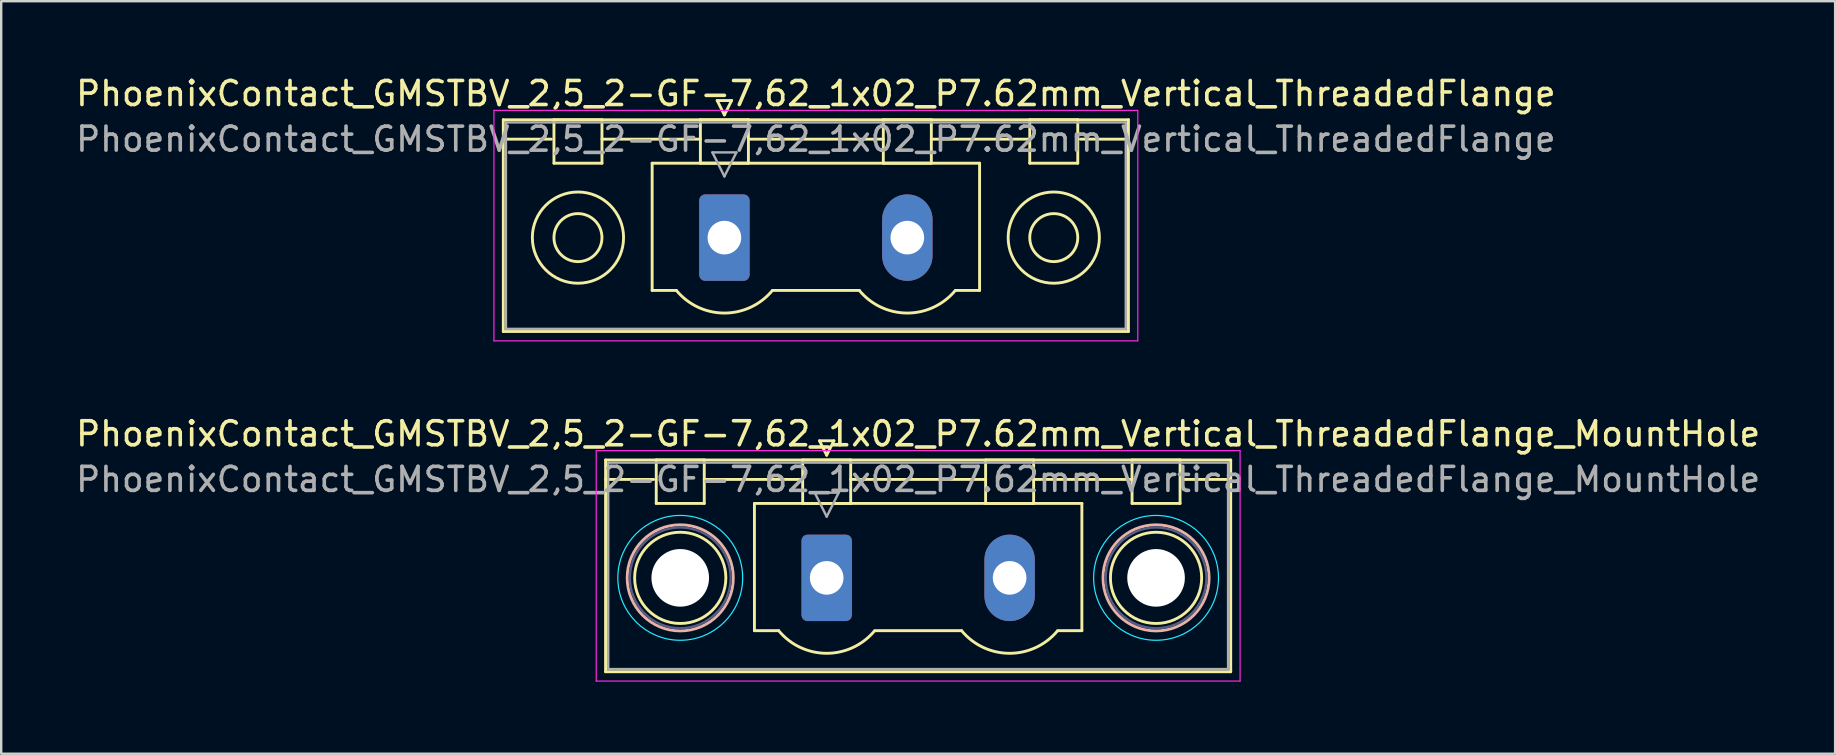
<source format=kicad_pcb>
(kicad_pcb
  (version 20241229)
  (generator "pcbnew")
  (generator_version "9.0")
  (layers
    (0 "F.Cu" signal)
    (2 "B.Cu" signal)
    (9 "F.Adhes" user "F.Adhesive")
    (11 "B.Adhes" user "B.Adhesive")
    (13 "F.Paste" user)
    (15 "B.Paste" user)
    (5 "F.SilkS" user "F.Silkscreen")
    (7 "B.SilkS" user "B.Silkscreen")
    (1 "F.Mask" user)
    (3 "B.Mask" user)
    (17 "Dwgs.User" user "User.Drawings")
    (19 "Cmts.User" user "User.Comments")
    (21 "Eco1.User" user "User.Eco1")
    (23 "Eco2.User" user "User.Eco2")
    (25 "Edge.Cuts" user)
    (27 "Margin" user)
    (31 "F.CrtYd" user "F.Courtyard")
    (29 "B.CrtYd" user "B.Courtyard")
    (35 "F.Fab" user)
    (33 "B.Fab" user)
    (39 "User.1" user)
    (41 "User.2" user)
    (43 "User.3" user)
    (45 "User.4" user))
  (footprint "PhoenixContact_GMSTBV_2,5_2-GF-7,62_1x02_P7.62mm_Vertical_ThreadedFlange"
    (layer "F.Cu")
    (at 27.125 6.848)
    (property "Reference" "PhoenixContact_GMSTBV_2,5_2-GF-7,62_1x02_P7.62mm_Vertical_ThreadedFlange" (at 3.81 -6 0) (layer "F.SilkS") (effects (font (size 1 1) (thickness 0.15))))
    (attr through_hole)
    (fp_line (start -9.21 -4.91) (end -9.21 3.91) (stroke (width 0.12) (type solid)) (layer "F.SilkS"))
    (fp_line (start -9.21 -4.1) (end -7.21 -4.1) (stroke (width 0.12) (type solid)) (layer "F.SilkS"))
    (fp_line (start -9.21 3.91) (end 16.83 3.91) (stroke (width 0.12) (type solid)) (layer "F.SilkS"))
    (fp_line (start -7.1 -4.91) (end -5.1 -4.91) (stroke (width 0.12) (type solid)) (layer "F.SilkS"))
    (fp_line (start -7.1 -3.1) (end -7.1 -4.91) (stroke (width 0.12) (type solid)) (layer "F.SilkS"))
    (fp_line (start -5.1 -4.91) (end -5.1 -3.1) (stroke (width 0.12) (type solid)) (layer "F.SilkS"))
    (fp_line (start -5.1 -4.1) (end -1 -4.1) (stroke (width 0.12) (type solid)) (layer "F.SilkS"))
    (fp_line (start -5.1 -3.1) (end -7.1 -3.1) (stroke (width 0.12) (type solid)) (layer "F.SilkS"))
    (fp_line (start -3.01 -3.1) (end 10.63 -3.1) (stroke (width 0.12) (type solid)) (layer "F.SilkS"))
    (fp_line (start -3.01 2.2) (end -3.01 -3.1) (stroke (width 0.12) (type solid)) (layer "F.SilkS"))
    (fp_line (start -2 2.2) (end -3.01 2.2) (stroke (width 0.12) (type solid)) (layer "F.SilkS"))
    (fp_line (start -1 -4.91) (end 1 -4.91) (stroke (width 0.12) (type solid)) (layer "F.SilkS"))
    (fp_line (start -1 -3.1) (end -1 -4.91) (stroke (width 0.12) (type solid)) (layer "F.SilkS"))
    (fp_line (start -0.3 -5.71) (end 0.3 -5.71) (stroke (width 0.12) (type solid)) (layer "F.SilkS"))
    (fp_line (start 0 -5.11) (end -0.3 -5.71) (stroke (width 0.12) (type solid)) (layer "F.SilkS"))
    (fp_line (start 0.3 -5.71) (end 0 -5.11) (stroke (width 0.12) (type solid)) (layer "F.SilkS"))
    (fp_line (start 1 -4.91) (end 1 -3.1) (stroke (width 0.12) (type solid)) (layer "F.SilkS"))
    (fp_line (start 1 -4.1) (end 6.62 -4.1) (stroke (width 0.12) (type solid)) (layer "F.SilkS"))
    (fp_line (start 1 -3.1) (end -1 -3.1) (stroke (width 0.12) (type solid)) (layer "F.SilkS"))
    (fp_line (start 2 2.2) (end 5.62 2.2) (stroke (width 0.12) (type solid)) (layer "F.SilkS"))
    (fp_line (start 6.62 -4.91) (end 8.62 -4.91) (stroke (width 0.12) (type solid)) (layer "F.SilkS"))
    (fp_line (start 6.62 -3.1) (end 6.62 -4.91) (stroke (width 0.12) (type solid)) (layer "F.SilkS"))
    (fp_line (start 8.62 -4.91) (end 8.62 -3.1) (stroke (width 0.12) (type solid)) (layer "F.SilkS"))
    (fp_line (start 8.62 -4.1) (end 12.72 -4.1) (stroke (width 0.12) (type solid)) (layer "F.SilkS"))
    (fp_line (start 8.62 -3.1) (end 6.62 -3.1) (stroke (width 0.12) (type solid)) (layer "F.SilkS"))
    (fp_line (start 10.63 -3.1) (end 10.63 2.2) (stroke (width 0.12) (type solid)) (layer "F.SilkS"))
    (fp_line (start 10.63 2.2) (end 9.62 2.2) (stroke (width 0.12) (type solid)) (layer "F.SilkS"))
    (fp_line (start 12.72 -4.91) (end 14.72 -4.91) (stroke (width 0.12) (type solid)) (layer "F.SilkS"))
    (fp_line (start 12.72 -3.1) (end 12.72 -4.91) (stroke (width 0.12) (type solid)) (layer "F.SilkS"))
    (fp_line (start 14.72 -4.91) (end 14.72 -3.1) (stroke (width 0.12) (type solid)) (layer "F.SilkS"))
    (fp_line (start 14.72 -3.1) (end 12.72 -3.1) (stroke (width 0.12) (type solid)) (layer "F.SilkS"))
    (fp_line (start 16.83 -4.91) (end -9.21 -4.91) (stroke (width 0.12) (type solid)) (layer "F.SilkS"))
    (fp_line (start 16.83 -4.1) (end 14.83 -4.1) (stroke (width 0.12) (type solid)) (layer "F.SilkS"))
    (fp_line (start 16.83 3.91) (end 16.83 -4.91) (stroke (width 0.12) (type solid)) (layer "F.SilkS"))
    (fp_arc (start 1.986842 2.215821) (mid -0.010289 3.142758) (end -2 2.2) (stroke (width 0.12) (type solid)) (layer "F.SilkS"))
    (fp_arc (start 9.606842 2.215821) (mid 7.609711 3.142758) (end 5.62 2.2) (stroke (width 0.12) (type solid)) (layer "F.SilkS"))
    (fp_circle (center -6.1 0) (end -5.1 0) (stroke (width 0.12) (type solid)) (fill no) (layer "F.SilkS"))
    (fp_circle (center -6.1 0) (end -4.2 0) (stroke (width 0.12) (type solid)) (fill no) (layer "F.SilkS"))
    (fp_circle (center 13.72 0) (end 14.72 0) (stroke (width 0.12) (type solid)) (fill no) (layer "F.SilkS"))
    (fp_circle (center 13.72 0) (end 15.62 0) (stroke (width 0.12) (type solid)) (fill no) (layer "F.SilkS"))
    (fp_line (start -9.6 -5.3) (end -9.6 4.3) (stroke (width 0.05) (type solid)) (layer "F.CrtYd"))
    (fp_line (start -9.6 4.3) (end 17.22 4.3) (stroke (width 0.05) (type solid)) (layer "F.CrtYd"))
    (fp_line (start 17.22 -5.3) (end -9.6 -5.3) (stroke (width 0.05) (type solid)) (layer "F.CrtYd"))
    (fp_line (start 17.22 4.3) (end 17.22 -5.3) (stroke (width 0.05) (type solid)) (layer "F.CrtYd"))
    (fp_line (start -9.1 -4.8) (end -9.1 3.8) (stroke (width 0.1) (type solid)) (layer "F.Fab"))
    (fp_line (start -9.1 3.8) (end 16.72 3.8) (stroke (width 0.1) (type solid)) (layer "F.Fab"))
    (fp_line (start -0.5 -3.55) (end 0.5 -3.55) (stroke (width 0.1) (type solid)) (layer "F.Fab"))
    (fp_line (start 0 -2.55) (end -0.5 -3.55) (stroke (width 0.1) (type solid)) (layer "F.Fab"))
    (fp_line (start 0.5 -3.55) (end 0 -2.55) (stroke (width 0.1) (type solid)) (layer "F.Fab"))
    (fp_line (start 16.72 -4.8) (end -9.1 -4.8) (stroke (width 0.1) (type solid)) (layer "F.Fab"))
    (fp_line (start 16.72 3.8) (end 16.72 -4.8) (stroke (width 0.1) (type solid)) (layer "F.Fab"))
    (fp_text user "${REFERENCE}" (at 3.81 -4.1 0) (layer "F.Fab") (effects (font (size 1 1) (thickness 0.15))))
    (pad "1" thru_hole roundrect (at 0 0) (size 2.1 3.6) (drill 1.4) (layers "*.Cu" "*.Mask") (roundrect_rratio 0.119))
    (pad "2" thru_hole oval (at 7.62 0) (size 2.1 3.6) (drill 1.4) (layers "*.Cu" "*.Mask")))
  (footprint "PhoenixContact_GMSTBV_2,5_2-GF-7,62_1x02_P7.62mm_Vertical_ThreadedFlange_MountHole"
    (layer "F.Cu")
    (at 31.386 21.021)
    (property "Reference" "PhoenixContact_GMSTBV_2,5_2-GF-7,62_1x02_P7.62mm_Vertical_ThreadedFlange_MountHole" (at 3.81 -6 0) (layer "F.SilkS") (effects (font (size 1 1) (thickness 0.15))))
    (attr through_hole)
    (fp_line (start -9.21 -4.91) (end -9.21 3.91) (stroke (width 0.12) (type solid)) (layer "F.SilkS"))
    (fp_line (start -9.21 -4.1) (end -7.21 -4.1) (stroke (width 0.12) (type solid)) (layer "F.SilkS"))
    (fp_line (start -9.21 3.91) (end 16.83 3.91) (stroke (width 0.12) (type solid)) (layer "F.SilkS"))
    (fp_line (start -7.1 -4.91) (end -5.1 -4.91) (stroke (width 0.12) (type solid)) (layer "F.SilkS"))
    (fp_line (start -7.1 -3.1) (end -7.1 -4.91) (stroke (width 0.12) (type solid)) (layer "F.SilkS"))
    (fp_line (start -5.1 -4.91) (end -5.1 -3.1) (stroke (width 0.12) (type solid)) (layer "F.SilkS"))
    (fp_line (start -5.1 -4.1) (end -1 -4.1) (stroke (width 0.12) (type solid)) (layer "F.SilkS"))
    (fp_line (start -5.1 -3.1) (end -7.1 -3.1) (stroke (width 0.12) (type solid)) (layer "F.SilkS"))
    (fp_line (start -3.01 -3.1) (end 10.63 -3.1) (stroke (width 0.12) (type solid)) (layer "F.SilkS"))
    (fp_line (start -3.01 2.2) (end -3.01 -3.1) (stroke (width 0.12) (type solid)) (layer "F.SilkS"))
    (fp_line (start -2 2.2) (end -3.01 2.2) (stroke (width 0.12) (type solid)) (layer "F.SilkS"))
    (fp_line (start -1 -4.91) (end 1 -4.91) (stroke (width 0.12) (type solid)) (layer "F.SilkS"))
    (fp_line (start -1 -3.1) (end -1 -4.91) (stroke (width 0.12) (type solid)) (layer "F.SilkS"))
    (fp_line (start -0.3 -5.71) (end 0.3 -5.71) (stroke (width 0.12) (type solid)) (layer "F.SilkS"))
    (fp_line (start 0 -5.11) (end -0.3 -5.71) (stroke (width 0.12) (type solid)) (layer "F.SilkS"))
    (fp_line (start 0.3 -5.71) (end 0 -5.11) (stroke (width 0.12) (type solid)) (layer "F.SilkS"))
    (fp_line (start 1 -4.91) (end 1 -3.1) (stroke (width 0.12) (type solid)) (layer "F.SilkS"))
    (fp_line (start 1 -4.1) (end 6.62 -4.1) (stroke (width 0.12) (type solid)) (layer "F.SilkS"))
    (fp_line (start 1 -3.1) (end -1 -3.1) (stroke (width 0.12) (type solid)) (layer "F.SilkS"))
    (fp_line (start 2 2.2) (end 5.62 2.2) (stroke (width 0.12) (type solid)) (layer "F.SilkS"))
    (fp_line (start 6.62 -4.91) (end 8.62 -4.91) (stroke (width 0.12) (type solid)) (layer "F.SilkS"))
    (fp_line (start 6.62 -3.1) (end 6.62 -4.91) (stroke (width 0.12) (type solid)) (layer "F.SilkS"))
    (fp_line (start 8.62 -4.91) (end 8.62 -3.1) (stroke (width 0.12) (type solid)) (layer "F.SilkS"))
    (fp_line (start 8.62 -4.1) (end 12.72 -4.1) (stroke (width 0.12) (type solid)) (layer "F.SilkS"))
    (fp_line (start 8.62 -3.1) (end 6.62 -3.1) (stroke (width 0.12) (type solid)) (layer "F.SilkS"))
    (fp_line (start 10.63 -3.1) (end 10.63 2.2) (stroke (width 0.12) (type solid)) (layer "F.SilkS"))
    (fp_line (start 10.63 2.2) (end 9.62 2.2) (stroke (width 0.12) (type solid)) (layer "F.SilkS"))
    (fp_line (start 12.72 -4.91) (end 14.72 -4.91) (stroke (width 0.12) (type solid)) (layer "F.SilkS"))
    (fp_line (start 12.72 -3.1) (end 12.72 -4.91) (stroke (width 0.12) (type solid)) (layer "F.SilkS"))
    (fp_line (start 14.72 -4.91) (end 14.72 -3.1) (stroke (width 0.12) (type solid)) (layer "F.SilkS"))
    (fp_line (start 14.72 -3.1) (end 12.72 -3.1) (stroke (width 0.12) (type solid)) (layer "F.SilkS"))
    (fp_line (start 16.83 -4.91) (end -9.21 -4.91) (stroke (width 0.12) (type solid)) (layer "F.SilkS"))
    (fp_line (start 16.83 -4.1) (end 14.83 -4.1) (stroke (width 0.12) (type solid)) (layer "F.SilkS"))
    (fp_line (start 16.83 3.91) (end 16.83 -4.91) (stroke (width 0.12) (type solid)) (layer "F.SilkS"))
    (fp_arc (start 1.986842 2.215821) (mid -0.010289 3.142758) (end -2 2.2) (stroke (width 0.12) (type solid)) (layer "F.SilkS"))
    (fp_arc (start 9.606842 2.215821) (mid 7.609711 3.142758) (end 5.62 2.2) (stroke (width 0.12) (type solid)) (layer "F.SilkS"))
    (fp_circle (center -6.1 0) (end -4.2 0) (stroke (width 0.12) (type solid)) (fill no) (layer "F.SilkS"))
    (fp_circle (center 13.72 0) (end 15.62 0) (stroke (width 0.12) (type solid)) (fill no) (layer "F.SilkS"))
    (fp_circle (center -6.1 0) (end -3.89 0) (stroke (width 0.12) (type solid)) (fill no) (layer "B.SilkS"))
    (fp_circle (center 13.72 0) (end 15.93 0) (stroke (width 0.12) (type solid)) (fill no) (layer "B.SilkS"))
    (fp_circle (center -6.1 0) (end -3.5 0) (stroke (width 0.05) (type solid)) (fill no) (layer "B.CrtYd"))
    (fp_circle (center 13.72 0) (end 16.32 0) (stroke (width 0.05) (type solid)) (fill no) (layer "B.CrtYd"))
    (fp_line (start -9.6 -5.3) (end -9.6 4.3) (stroke (width 0.05) (type solid)) (layer "F.CrtYd"))
    (fp_line (start -9.6 4.3) (end 17.22 4.3) (stroke (width 0.05) (type solid)) (layer "F.CrtYd"))
    (fp_line (start 17.22 -5.3) (end -9.6 -5.3) (stroke (width 0.05) (type solid)) (layer "F.CrtYd"))
    (fp_line (start 17.22 4.3) (end 17.22 -5.3) (stroke (width 0.05) (type solid)) (layer "F.CrtYd"))
    (fp_circle (center -6.1 0) (end -4 0) (stroke (width 0.1) (type solid)) (fill no) (layer "B.Fab"))
    (fp_circle (center 13.72 0) (end 15.82 0) (stroke (width 0.1) (type solid)) (fill no) (layer "B.Fab"))
    (fp_line (start -9.1 -4.8) (end -9.1 3.8) (stroke (width 0.1) (type solid)) (layer "F.Fab"))
    (fp_line (start -9.1 3.8) (end 16.72 3.8) (stroke (width 0.1) (type solid)) (layer "F.Fab"))
    (fp_line (start -0.5 -3.55) (end 0.5 -3.55) (stroke (width 0.1) (type solid)) (layer "F.Fab"))
    (fp_line (start 0 -2.55) (end -0.5 -3.55) (stroke (width 0.1) (type solid)) (layer "F.Fab"))
    (fp_line (start 0.5 -3.55) (end 0 -2.55) (stroke (width 0.1) (type solid)) (layer "F.Fab"))
    (fp_line (start 16.72 -4.8) (end -9.1 -4.8) (stroke (width 0.1) (type solid)) (layer "F.Fab"))
    (fp_line (start 16.72 3.8) (end 16.72 -4.8) (stroke (width 0.1) (type solid)) (layer "F.Fab"))
    (fp_text user "${REFERENCE}" (at 3.81 -4.1 0) (layer "F.Fab") (effects (font (size 1 1) (thickness 0.15))))
    (pad "" np_thru_hole circle (at -6.1 0) (size 2.4 2.4) (drill 2.4) (layers "*.Cu" "*.Mask"))
    (pad "" np_thru_hole circle (at 13.72 0) (size 2.4 2.4) (drill 2.4) (layers "*.Cu" "*.Mask"))
    (pad "1" thru_hole roundrect (at 0 0) (size 2.1 3.6) (drill 1.4) (layers "*.Cu" "*.Mask") (roundrect_rratio 0.119))
    (pad "2" thru_hole oval (at 7.62 0) (size 2.1 3.6) (drill 1.4) (layers "*.Cu" "*.Mask")))
  (gr_rect
    (start -3 -3)
    (end 73.393 28.346)
    (stroke (width 0.1) (type default))
    (fill no)
    (layer "Edge.Cuts")))
</source>
